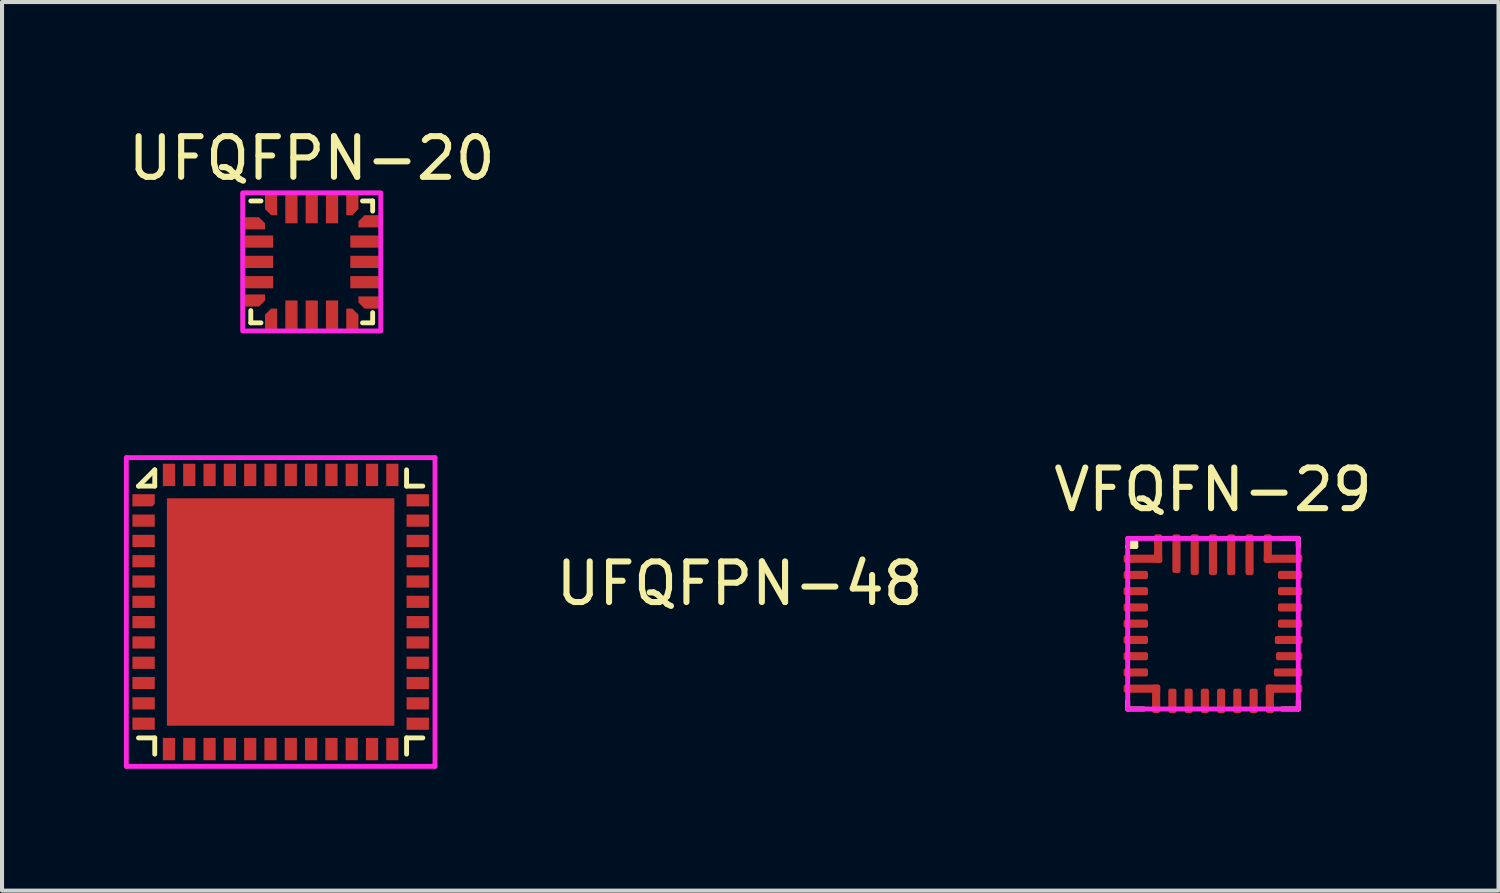
<source format=kicad_pcb>
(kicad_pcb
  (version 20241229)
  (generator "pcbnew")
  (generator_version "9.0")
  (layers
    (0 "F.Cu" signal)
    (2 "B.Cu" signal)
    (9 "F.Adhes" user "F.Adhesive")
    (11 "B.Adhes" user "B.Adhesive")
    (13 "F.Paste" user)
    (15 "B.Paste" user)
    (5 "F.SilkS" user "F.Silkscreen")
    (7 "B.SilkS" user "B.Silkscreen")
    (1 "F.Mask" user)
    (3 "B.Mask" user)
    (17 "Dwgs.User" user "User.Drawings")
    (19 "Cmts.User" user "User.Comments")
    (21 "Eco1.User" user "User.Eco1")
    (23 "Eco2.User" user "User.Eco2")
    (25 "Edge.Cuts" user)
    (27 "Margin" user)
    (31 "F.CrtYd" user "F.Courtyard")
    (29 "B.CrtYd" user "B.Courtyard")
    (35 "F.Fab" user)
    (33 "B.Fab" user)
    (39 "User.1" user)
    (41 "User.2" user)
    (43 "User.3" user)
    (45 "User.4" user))
  (footprint "UFQFPN-48"
    (layer "F.Cu")
    (at 3.86 12.018)
    (property "Reference" "UFQFPN-48" (at 11.3 -0.7 0) (unlocked yes) (layer "F.SilkS") (effects (font (size 1 1) (thickness 0.15))))
    (attr smd)
    (fp_line (start -3.5 -3.1) (end -3.1 -3.1) (stroke (width 0.12) (type solid)) (layer "F.SilkS"))
    (fp_line (start -3.1 -3.5) (end -3.5 -3.1) (stroke (width 0.12) (type solid)) (layer "F.SilkS"))
    (fp_line (start -3.1 -3.1) (end -3.1 -3.5) (stroke (width 0.12) (type solid)) (layer "F.SilkS"))
    (fp_line (start -3.1 3.1) (end -3.5 3.1) (stroke (width 0.12) (type solid)) (layer "F.SilkS"))
    (fp_line (start -3.1 3.5) (end -3.1 3.1) (stroke (width 0.12) (type solid)) (layer "F.SilkS"))
    (fp_line (start 3.1 -3.5) (end 3.1 -3.1) (stroke (width 0.12) (type solid)) (layer "F.SilkS"))
    (fp_line (start 3.1 -3.1) (end 3.5 -3.1) (stroke (width 0.12) (type solid)) (layer "F.SilkS"))
    (fp_line (start 3.1 3.1) (end 3.1 3.5) (stroke (width 0.12) (type solid)) (layer "F.SilkS"))
    (fp_line (start 3.5 3.1) (end 3.1 3.1) (stroke (width 0.12) (type solid)) (layer "F.SilkS"))
    (fp_line (start -3.8 -3.8) (end -3.8 3.8) (stroke (width 0.12) (type solid)) (layer "F.CrtYd"))
    (fp_line (start -3.8 3.8) (end 3.8 3.8) (stroke (width 0.12) (type solid)) (layer "F.CrtYd"))
    (fp_line (start 3.8 -3.8) (end -3.8 -3.8) (stroke (width 0.12) (type solid)) (layer "F.CrtYd"))
    (fp_line (start 3.8 3.8) (end 3.8 -3.8) (stroke (width 0.12) (type solid)) (layer "F.CrtYd"))
    (pad "" smd rect (at -1.8 -1.8) (size 1.5 1.5) (layers "F.Paste"))
    (pad "" smd rect (at -1.8 0) (size 1.5 1.5) (layers "F.Paste"))
    (pad "" smd rect (at -1.8 1.8) (size 1.5 1.5) (layers "F.Paste"))
    (pad "" smd rect (at 0 -1.8) (size 1.5 1.5) (layers "F.Paste"))
    (pad "" smd rect (at 0 0) (size 1.5 1.5) (layers "F.Paste"))
    (pad "" smd rect (at 0 1.8) (size 1.5 1.5) (layers "F.Paste"))
    (pad "" smd rect (at 1.8 -1.8) (size 1.5 1.5) (layers "F.Paste"))
    (pad "" smd rect (at 1.8 0) (size 1.5 1.5) (layers "F.Paste"))
    (pad "" smd rect (at 1.8 1.8) (size 1.5 1.5) (layers "F.Paste"))
    (pad "1" smd roundrect (at -3.375 -2.75 90) (size 0.3 0.55) (layers "F.Cu" "F.Mask" "F.Paste") (roundrect_rratio 0) (chamfer_ratio 0.2) (chamfer bottom_left))
    (pad "2" smd rect (at -3.375 -2.25 90) (size 0.3 0.55) (layers "F.Cu" "F.Mask" "F.Paste"))
    (pad "3" smd rect (at -3.375 -1.75 90) (size 0.3 0.55) (layers "F.Cu" "F.Mask" "F.Paste"))
    (pad "4" smd rect (at -3.375 -1.25 90) (size 0.3 0.55) (layers "F.Cu" "F.Mask" "F.Paste"))
    (pad "5" smd rect (at -3.375 -0.75 90) (size 0.3 0.55) (layers "F.Cu" "F.Mask" "F.Paste"))
    (pad "6" smd rect (at -3.375 -0.25 90) (size 0.3 0.55) (layers "F.Cu" "F.Mask" "F.Paste"))
    (pad "7" smd rect (at -3.375 0.25 90) (size 0.3 0.55) (layers "F.Cu" "F.Mask" "F.Paste"))
    (pad "8" smd rect (at -3.375 0.75 90) (size 0.3 0.55) (layers "F.Cu" "F.Mask" "F.Paste"))
    (pad "9" smd rect (at -3.375 1.25 90) (size 0.3 0.55) (layers "F.Cu" "F.Mask" "F.Paste"))
    (pad "10" smd rect (at -3.375 1.75 90) (size 0.3 0.55) (layers "F.Cu" "F.Mask" "F.Paste"))
    (pad "11" smd rect (at -3.375 2.25 90) (size 0.3 0.55) (layers "F.Cu" "F.Mask" "F.Paste"))
    (pad "12" smd rect (at -3.375 2.75 90) (size 0.3 0.55) (layers "F.Cu" "F.Mask" "F.Paste"))
    (pad "13" smd rect (at -2.75 3.375 180) (size 0.3 0.55) (layers "F.Cu" "F.Mask" "F.Paste"))
    (pad "14" smd rect (at -2.25 3.375 180) (size 0.3 0.55) (layers "F.Cu" "F.Mask" "F.Paste"))
    (pad "15" smd rect (at -1.75 3.375 180) (size 0.3 0.55) (layers "F.Cu" "F.Mask" "F.Paste"))
    (pad "16" smd rect (at -1.25 3.375 180) (size 0.3 0.55) (layers "F.Cu" "F.Mask" "F.Paste"))
    (pad "17" smd rect (at -0.75 3.375 180) (size 0.3 0.55) (layers "F.Cu" "F.Mask" "F.Paste"))
    (pad "18" smd rect (at -0.25 3.375 180) (size 0.3 0.55) (layers "F.Cu" "F.Mask" "F.Paste"))
    (pad "19" smd rect (at 0.25 3.375 180) (size 0.3 0.55) (layers "F.Cu" "F.Mask" "F.Paste"))
    (pad "20" smd rect (at 0.75 3.375 180) (size 0.3 0.55) (layers "F.Cu" "F.Mask" "F.Paste"))
    (pad "21" smd rect (at 1.25 3.375 180) (size 0.3 0.55) (layers "F.Cu" "F.Mask" "F.Paste"))
    (pad "22" smd rect (at 1.75 3.375 180) (size 0.3 0.55) (layers "F.Cu" "F.Mask" "F.Paste"))
    (pad "23" smd rect (at 2.25 3.375 180) (size 0.3 0.55) (layers "F.Cu" "F.Mask" "F.Paste"))
    (pad "24" smd rect (at 2.75 3.375 180) (size 0.3 0.55) (layers "F.Cu" "F.Mask" "F.Paste"))
    (pad "25" smd rect (at 3.375 2.75 270) (size 0.3 0.55) (layers "F.Cu" "F.Mask" "F.Paste"))
    (pad "26" smd rect (at 3.375 2.25 270) (size 0.3 0.55) (layers "F.Cu" "F.Mask" "F.Paste"))
    (pad "27" smd rect (at 3.375 1.75 270) (size 0.3 0.55) (layers "F.Cu" "F.Mask" "F.Paste"))
    (pad "28" smd rect (at 3.375 1.25 270) (size 0.3 0.55) (layers "F.Cu" "F.Mask" "F.Paste"))
    (pad "29" smd rect (at 3.375 0.75 270) (size 0.3 0.55) (layers "F.Cu" "F.Mask" "F.Paste"))
    (pad "30" smd rect (at 3.375 0.25 270) (size 0.3 0.55) (layers "F.Cu" "F.Mask" "F.Paste"))
    (pad "31" smd rect (at 3.375 -0.25 270) (size 0.3 0.55) (layers "F.Cu" "F.Mask" "F.Paste"))
    (pad "32" smd rect (at 3.375 -0.75 270) (size 0.3 0.55) (layers "F.Cu" "F.Mask" "F.Paste"))
    (pad "33" smd rect (at 3.375 -1.25 270) (size 0.3 0.55) (layers "F.Cu" "F.Mask" "F.Paste"))
    (pad "34" smd rect (at 3.375 -1.75 270) (size 0.3 0.55) (layers "F.Cu" "F.Mask" "F.Paste"))
    (pad "35" smd rect (at 3.375 -2.25 270) (size 0.3 0.55) (layers "F.Cu" "F.Mask" "F.Paste"))
    (pad "36" smd rect (at 3.375 -2.75 270) (size 0.3 0.55) (layers "F.Cu" "F.Mask" "F.Paste"))
    (pad "37" smd rect (at 2.75 -3.375) (size 0.3 0.55) (layers "F.Cu" "F.Mask" "F.Paste"))
    (pad "38" smd rect (at 2.25 -3.375) (size 0.3 0.55) (layers "F.Cu" "F.Mask" "F.Paste"))
    (pad "39" smd rect (at 1.75 -3.375) (size 0.3 0.55) (layers "F.Cu" "F.Mask" "F.Paste"))
    (pad "40" smd rect (at 1.25 -3.375) (size 0.3 0.55) (layers "F.Cu" "F.Mask" "F.Paste"))
    (pad "41" smd rect (at 0.75 -3.375) (size 0.3 0.55) (layers "F.Cu" "F.Mask" "F.Paste"))
    (pad "42" smd rect (at 0.25 -3.375) (size 0.3 0.55) (layers "F.Cu" "F.Mask" "F.Paste"))
    (pad "43" smd rect (at -0.25 -3.375) (size 0.3 0.55) (layers "F.Cu" "F.Mask" "F.Paste"))
    (pad "44" smd rect (at -0.75 -3.375) (size 0.3 0.55) (layers "F.Cu" "F.Mask" "F.Paste"))
    (pad "45" smd rect (at -1.25 -3.375) (size 0.3 0.55) (layers "F.Cu" "F.Mask" "F.Paste"))
    (pad "46" smd rect (at -1.75 -3.375) (size 0.3 0.55) (layers "F.Cu" "F.Mask" "F.Paste"))
    (pad "47" smd rect (at -2.25 -3.375) (size 0.3 0.55) (layers "F.Cu" "F.Mask" "F.Paste"))
    (pad "48" smd rect (at -2.75 -3.375) (size 0.3 0.55) (layers "F.Cu" "F.Mask" "F.Paste"))
    (pad "49" smd rect (at 0 0) (size 5.6 5.6) (layers "F.Cu" "F.Mask")))
  (footprint "VFQFN-29"
    (layer "F.Cu")
    (at 26.815 12.306)
    (property "Reference" "VFQFN-29" (at 0 -3.3 0) (unlocked yes) (layer "F.SilkS") (effects (font (size 1 1) (thickness 0.15))))
    (attr smd)
    (fp_line (start -2.1 -1.9) (end -1.9 -2.1) (stroke (width 0.12) (type default)) (layer "F.SilkS"))
    (fp_line (start -2.1 2.1) (end -2.1 1.9) (stroke (width 0.12) (type default)) (layer "F.SilkS"))
    (fp_line (start -1.9 -2.1) (end -1.9 -1.9) (stroke (width 0.12) (type default)) (layer "F.SilkS"))
    (fp_line (start -1.9 -1.9) (end -2.1 -1.9) (stroke (width 0.12) (type default)) (layer "F.SilkS"))
    (fp_line (start -1.7 2.1) (end -2.1 2.1) (stroke (width 0.12) (type default)) (layer "F.SilkS"))
    (fp_line (start 2.1 -2.1) (end 1.7 -2.1) (stroke (width 0.12) (type default)) (layer "F.SilkS"))
    (fp_line (start 2.1 -1.9) (end 2.1 -2.1) (stroke (width 0.12) (type default)) (layer "F.SilkS"))
    (fp_line (start 2.1 1.9) (end 2.1 2.1) (stroke (width 0.12) (type default)) (layer "F.SilkS"))
    (fp_line (start 2.1 2.1) (end 1.7 2.1) (stroke (width 0.12) (type default)) (layer "F.SilkS"))
    (fp_line (start -2.1 -2.1) (end -2.1 2.1) (stroke (width 0.12) (type default)) (layer "F.CrtYd"))
    (fp_line (start -2.1 2.1) (end 2.1 2.1) (stroke (width 0.12) (type default)) (layer "F.CrtYd"))
    (fp_line (start 2.1 -2.1) (end -2.1 -2.1) (stroke (width 0.12) (type default)) (layer "F.CrtYd"))
    (fp_line (start 2.1 2.1) (end 2.1 -2.1) (stroke (width 0.12) (type default)) (layer "F.CrtYd"))
    (pad "1" smd roundrect (at -1.725 -1.6 180) (size 0.95 0.2) (layers "F.Cu" "F.Mask" "F.Paste") (roundrect_rratio 0.25))
    (pad "1" smd roundrect (at -1.35 -1.85 270) (size 0.7 0.2) (layers "F.Cu" "F.Mask" "F.Paste") (roundrect_rratio 0.25))
    (pad "2" smd roundrect (at -1.9 -1.2) (size 0.6 0.2) (layers "F.Cu" "F.Mask" "F.Paste") (roundrect_rratio 0.25))
    (pad "3" smd roundrect (at -1.9 -0.8) (size 0.6 0.2) (layers "F.Cu" "F.Mask" "F.Paste") (roundrect_rratio 0.25))
    (pad "4" smd roundrect (at -1.9 -0.4) (size 0.6 0.2) (layers "F.Cu" "F.Mask" "F.Paste") (roundrect_rratio 0.25))
    (pad "5" smd roundrect (at -1.9 0) (size 0.6 0.2) (layers "F.Cu" "F.Mask" "F.Paste") (roundrect_rratio 0.25))
    (pad "6" smd roundrect (at -1.9 0.4) (size 0.6 0.2) (layers "F.Cu" "F.Mask" "F.Paste") (roundrect_rratio 0.25))
    (pad "7" smd roundrect (at -1.9 0.8) (size 0.6 0.2) (layers "F.Cu" "F.Mask" "F.Paste") (roundrect_rratio 0.25))
    (pad "8" smd roundrect (at -1.9 1.2) (size 0.6 0.2) (layers "F.Cu" "F.Mask" "F.Paste") (roundrect_rratio 0.25))
    (pad "9" smd roundrect (at -1.75 1.6) (size 0.9 0.2) (layers "F.Cu" "F.Mask" "F.Paste") (roundrect_rratio 0.25))
    (pad "9" smd roundrect (at -1.4 1.85 90) (size 0.7 0.2) (layers "F.Cu" "F.Mask" "F.Paste") (roundrect_rratio 0.25))
    (pad "10" smd roundrect (at -1 1.9 90) (size 0.6 0.2) (layers "F.Cu" "F.Mask" "F.Paste") (roundrect_rratio 0.25))
    (pad "11" smd roundrect (at -0.6 1.9 90) (size 0.6 0.2) (layers "F.Cu" "F.Mask" "F.Paste") (roundrect_rratio 0.25))
    (pad "12" smd roundrect (at -0.2 1.9 90) (size 0.6 0.2) (layers "F.Cu" "F.Mask" "F.Paste") (roundrect_rratio 0.25))
    (pad "13" smd roundrect (at 0.2 1.9 90) (size 0.6 0.2) (layers "F.Cu" "F.Mask" "F.Paste") (roundrect_rratio 0.25))
    (pad "14" smd roundrect (at 0.6 1.9 90) (size 0.6 0.2) (layers "F.Cu" "F.Mask" "F.Paste") (roundrect_rratio 0.25))
    (pad "15" smd roundrect (at 1 1.9 90) (size 0.6 0.2) (layers "F.Cu" "F.Mask" "F.Paste") (roundrect_rratio 0.25))
    (pad "16" smd roundrect (at 1.4 1.85 90) (size 0.7 0.2) (layers "F.Cu" "F.Mask" "F.Paste") (roundrect_rratio 0.25))
    (pad "16" smd roundrect (at 1.75 1.6) (size 0.9 0.2) (layers "F.Cu" "F.Mask" "F.Paste") (roundrect_rratio 0.25))
    (pad "17" smd roundrect (at 1.85 1.2) (size 0.7 0.2) (layers "F.Cu" "F.Mask" "F.Paste") (roundrect_rratio 0.25))
    (pad "18" smd roundrect (at 1.875 0.8) (size 0.65 0.2) (layers "F.Cu" "F.Mask" "F.Paste") (roundrect_rratio 0.25))
    (pad "19" smd roundrect (at 1.863 0.4) (size 0.68 0.2) (layers "F.Cu" "F.Mask" "F.Paste") (roundrect_rratio 0.25))
    (pad "20" smd roundrect (at 1.9 0 180) (size 0.6 0.2) (layers "F.Cu" "F.Mask" "F.Paste") (roundrect_rratio 0.25))
    (pad "21" smd roundrect (at 1.9 -0.4 180) (size 0.6 0.2) (layers "F.Cu" "F.Mask" "F.Paste") (roundrect_rratio 0.25))
    (pad "22" smd roundrect (at 1.9 -0.8 180) (size 0.6 0.2) (layers "F.Cu" "F.Mask" "F.Paste") (roundrect_rratio 0.25))
    (pad "23" smd roundrect (at 1.9 -1.2 180) (size 0.6 0.2) (layers "F.Cu" "F.Mask" "F.Paste") (roundrect_rratio 0.25))
    (pad "24" smd roundrect (at 1.35 -1.85 270) (size 0.7 0.2) (layers "F.Cu" "F.Mask" "F.Paste") (roundrect_rratio 0.25))
    (pad "24" smd roundrect (at 1.725 -1.6 180) (size 0.95 0.2) (layers "F.Cu" "F.Mask" "F.Paste") (roundrect_rratio 0.25))
    (pad "25" smd roundrect (at 0.9 -1.7 270) (size 1 0.2) (layers "F.Cu" "F.Mask" "F.Paste") (roundrect_rratio 0.25))
    (pad "26" smd roundrect (at 0.45 -1.7 270) (size 1 0.2) (layers "F.Cu" "F.Mask" "F.Paste") (roundrect_rratio 0.25))
    (pad "27" smd roundrect (at 0 -1.7 270) (size 1 0.2) (layers "F.Cu" "F.Mask" "F.Paste") (roundrect_rratio 0.25))
    (pad "28" smd roundrect (at -0.45 -1.7 270) (size 1 0.2) (layers "F.Cu" "F.Mask" "F.Paste") (roundrect_rratio 0.25))
    (pad "29" smd roundrect (at -0.9 -1.725 270) (size 0.95 0.2) (layers "F.Cu" "F.Mask" "F.Paste") (roundrect_rratio 0.25)))
  (footprint "UFQFPN-20"
    (layer "F.Cu")
    (at 4.625 3.398)
    (property "Reference" "UFQFPN-20" (at 0 -2.55 0) (unlocked yes) (layer "F.SilkS") (effects (font (size 1 1) (thickness 0.15))))
    (attr smd)
    (fp_line (start -1.5 -1.5) (end -1.25 -1.5) (stroke (width 0.12) (type solid)) (layer "F.SilkS"))
    (fp_line (start -1.5 1.5) (end -1.5 1.2) (stroke (width 0.12) (type solid)) (layer "F.SilkS"))
    (fp_line (start -1.25 1.5) (end -1.5 1.5) (stroke (width 0.12) (type solid)) (layer "F.SilkS"))
    (fp_line (start 1.25 -1.5) (end 1.5 -1.5) (stroke (width 0.12) (type solid)) (layer "F.SilkS"))
    (fp_line (start 1.5 -1.5) (end 1.5 -1.25) (stroke (width 0.12) (type solid)) (layer "F.SilkS"))
    (fp_line (start 1.5 1.25) (end 1.5 1.5) (stroke (width 0.12) (type solid)) (layer "F.SilkS"))
    (fp_line (start 1.5 1.5) (end 1.25 1.5) (stroke (width 0.12) (type solid)) (layer "F.SilkS"))
    (fp_rect (start -1.7 -1.7) (end 1.7 1.7) (stroke (width 0.12) (type solid)) (fill no) (layer "F.CrtYd"))
    (pad "1" smd roundrect (at -1.4 -0.95 270) (size 0.3 0.5) (layers "F.Cu" "F.Mask" "F.Paste") (roundrect_rratio 0) (chamfer_ratio 0.5) (chamfer top_left))
    (pad "2" smd rect (at -1.3 -0.5) (size 0.7 0.3) (layers "F.Cu" "F.Mask" "F.Paste"))
    (pad "3" smd rect (at -1.3 0) (size 0.7 0.3) (layers "F.Cu" "F.Mask" "F.Paste"))
    (pad "4" smd rect (at -1.3 0.5) (size 0.7 0.3) (layers "F.Cu" "F.Mask" "F.Paste"))
    (pad "5" smd roundrect (at -1.4 0.95 270) (size 0.3 0.5) (layers "F.Cu" "F.Mask" "F.Paste") (roundrect_rratio 0) (chamfer_ratio 0.5) (chamfer top_right))
    (pad "6" smd roundrect (at -1 1.4) (size 0.3 0.5) (layers "F.Cu" "F.Mask" "F.Paste") (roundrect_rratio 0) (chamfer_ratio 0.5) (chamfer top_left))
    (pad "7" smd rect (at -0.5 1.3 90) (size 0.7 0.3) (layers "F.Cu" "F.Mask" "F.Paste"))
    (pad "8" smd rect (at 0 1.3 90) (size 0.7 0.3) (layers "F.Cu" "F.Mask" "F.Paste"))
    (pad "9" smd rect (at 0.5 1.3 90) (size 0.7 0.3) (layers "F.Cu" "F.Mask" "F.Paste"))
    (pad "10" smd roundrect (at 1 1.4) (size 0.3 0.5) (layers "F.Cu" "F.Mask" "F.Paste") (roundrect_rratio 0) (chamfer_ratio 0.5) (chamfer top_right))
    (pad "11" smd roundrect (at 1.4 1 90) (size 0.3 0.5) (layers "F.Cu" "F.Mask" "F.Paste") (roundrect_rratio 0) (chamfer_ratio 0.5) (chamfer top_left))
    (pad "12" smd rect (at 1.3 0.5) (size 0.7 0.3) (layers "F.Cu" "F.Mask" "F.Paste"))
    (pad "13" smd rect (at 1.3 0) (size 0.7 0.3) (layers "F.Cu" "F.Mask" "F.Paste"))
    (pad "14" smd rect (at 1.3 -0.5) (size 0.7 0.3) (layers "F.Cu" "F.Mask" "F.Paste"))
    (pad "15" smd roundrect (at 1.4 -1 90) (size 0.3 0.5) (layers "F.Cu" "F.Mask" "F.Paste") (roundrect_rratio 0) (chamfer_ratio 0.5) (chamfer top_right))
    (pad "16" smd roundrect (at 1 -1.4 180) (size 0.3 0.5) (layers "F.Cu" "F.Mask" "F.Paste") (roundrect_rratio 0) (chamfer_ratio 0.5) (chamfer top_left))
    (pad "17" smd rect (at 0.5 -1.3 90) (size 0.7 0.3) (layers "F.Cu" "F.Mask" "F.Paste"))
    (pad "18" smd rect (at 0 -1.3 90) (size 0.7 0.3) (layers "F.Cu" "F.Mask" "F.Paste"))
    (pad "19" smd rect (at -0.5 -1.3 90) (size 0.7 0.3) (layers "F.Cu" "F.Mask" "F.Paste"))
    (pad "20" smd roundrect (at -1 -1.4 180) (size 0.3 0.5) (layers "F.Cu" "F.Mask" "F.Paste") (roundrect_rratio 0) (chamfer_ratio 0.5) (chamfer top_right)))
  (gr_rect
    (start -3 -3)
    (end 33.845 18.878)
    (stroke (width 0.1) (type default))
    (fill no)
    (layer "Edge.Cuts")))
</source>
